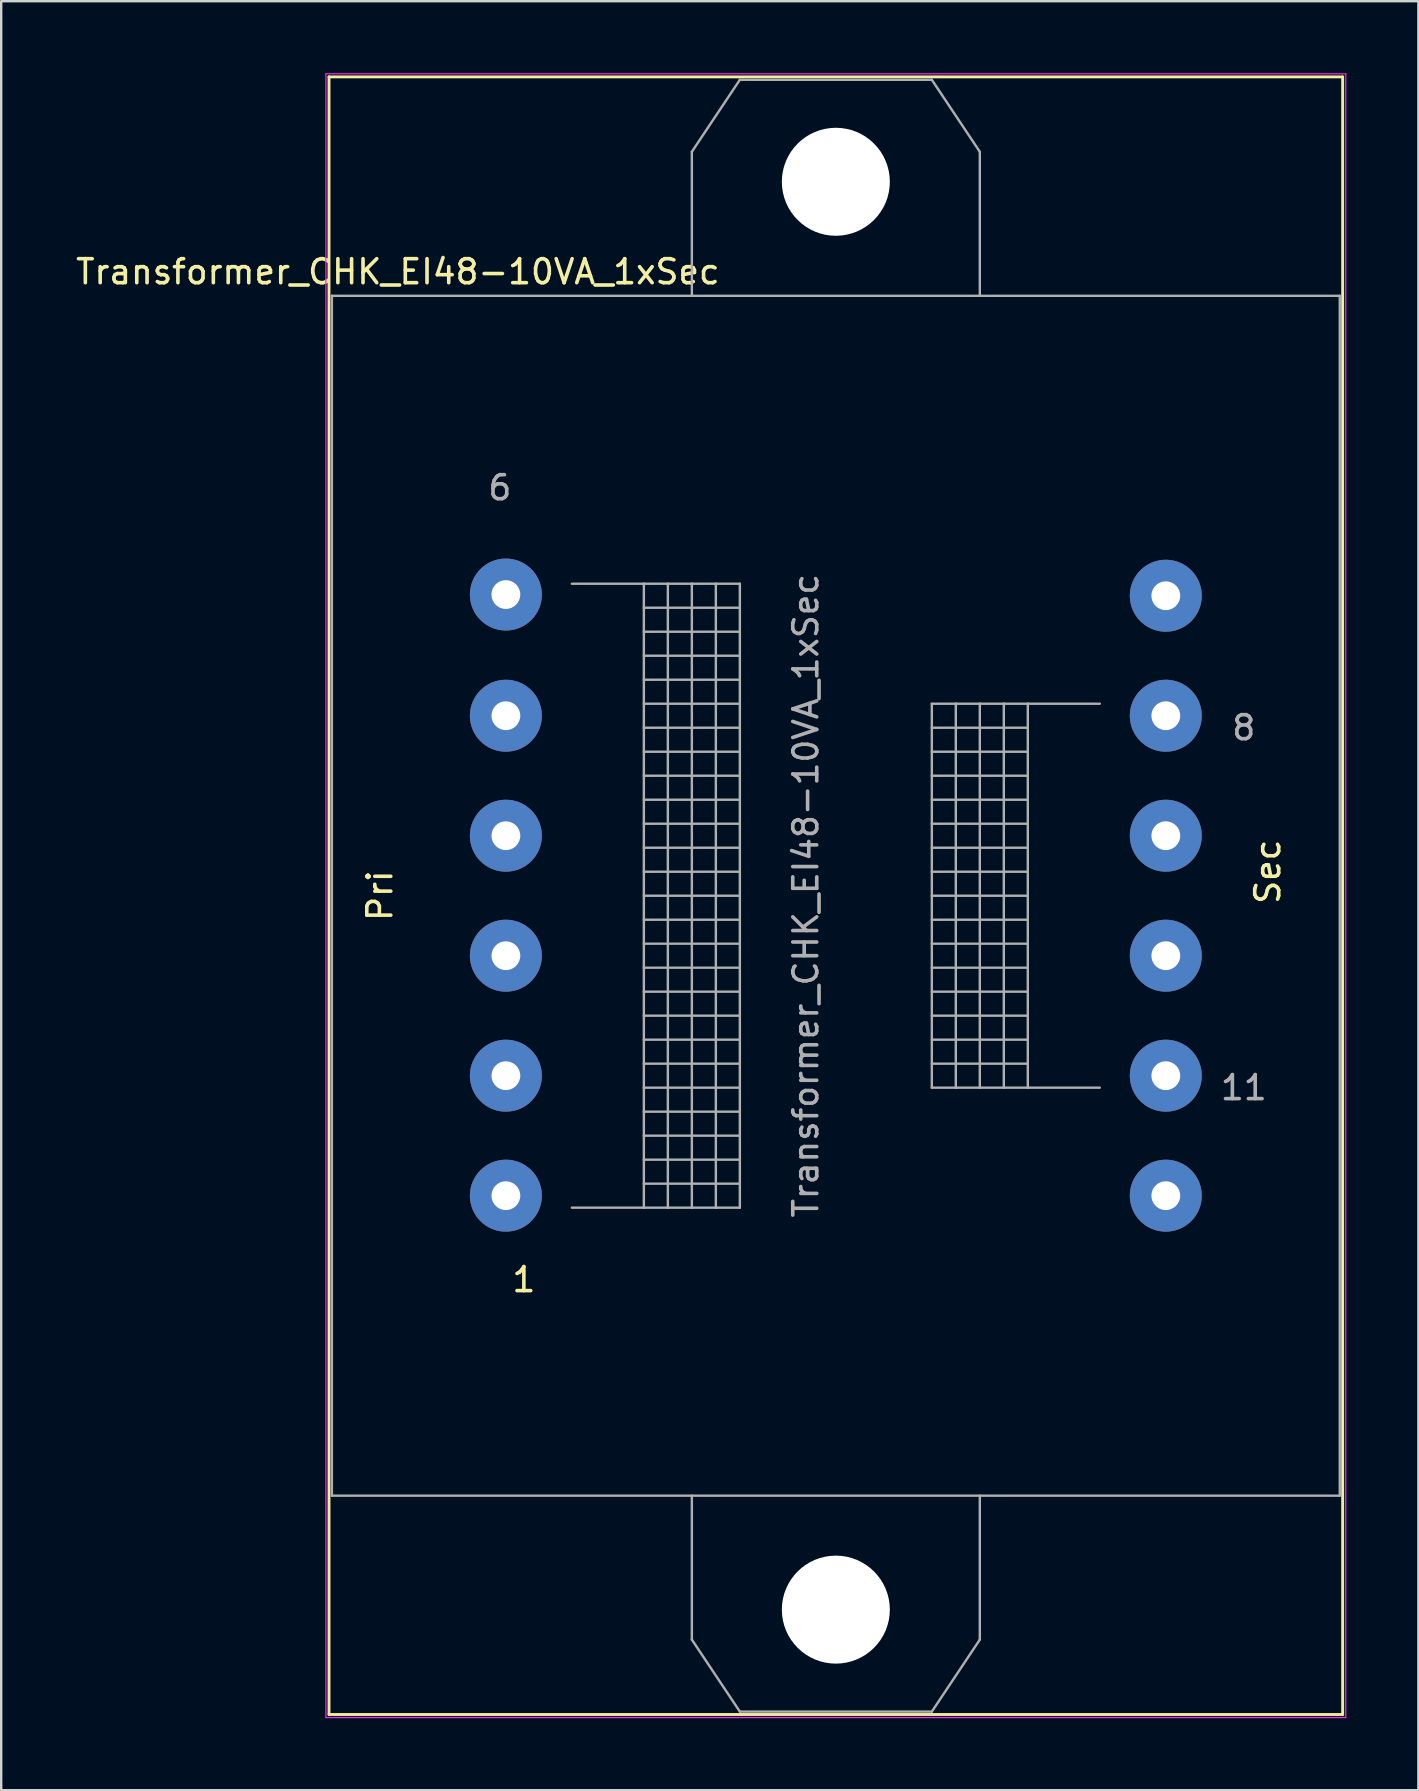
<source format=kicad_pcb>
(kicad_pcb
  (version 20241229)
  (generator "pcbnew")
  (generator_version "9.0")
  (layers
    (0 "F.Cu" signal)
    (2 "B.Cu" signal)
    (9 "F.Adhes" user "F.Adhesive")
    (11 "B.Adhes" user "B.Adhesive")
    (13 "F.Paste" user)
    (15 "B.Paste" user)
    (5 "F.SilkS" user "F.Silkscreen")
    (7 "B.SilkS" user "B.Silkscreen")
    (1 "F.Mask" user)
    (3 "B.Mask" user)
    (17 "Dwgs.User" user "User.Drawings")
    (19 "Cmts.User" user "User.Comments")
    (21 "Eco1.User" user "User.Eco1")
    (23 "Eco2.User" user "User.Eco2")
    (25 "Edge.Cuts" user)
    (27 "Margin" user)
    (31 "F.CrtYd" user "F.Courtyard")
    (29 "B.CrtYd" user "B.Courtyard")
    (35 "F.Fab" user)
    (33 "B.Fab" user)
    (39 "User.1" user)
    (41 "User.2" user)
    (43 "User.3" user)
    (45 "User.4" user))
  (footprint "Transformer_CHK_EI48-10VA_1xSec"
    (layer "F.Cu")
    (at 18.03 46.775)
    (property "Reference" "Transformer_CHK_EI48-10VA_1xSec" (at -4.5 -38.5 0) (layer "F.SilkS") (effects (font (size 1 1) (thickness 0.15))))
    (attr through_hole)
    (fp_line (start -7.37 -46.62) (end -7.37 21.62) (stroke (width 0.12) (type solid)) (layer "F.SilkS"))
    (fp_line (start -7.37 -46.62) (end 34.87 -46.62) (stroke (width 0.12) (type solid)) (layer "F.SilkS"))
    (fp_line (start 34.87 21.62) (end -7.37 21.62) (stroke (width 0.12) (type solid)) (layer "F.SilkS"))
    (fp_line (start 34.87 21.62) (end 34.87 -46.62) (stroke (width 0.12) (type solid)) (layer "F.SilkS"))
    (fp_line (start -7.5 -46.75) (end -7.5 21.75) (stroke (width 0.05) (type solid)) (layer "F.CrtYd"))
    (fp_line (start -7.5 -46.75) (end 35 -46.75) (stroke (width 0.05) (type solid)) (layer "F.CrtYd"))
    (fp_line (start 35 21.75) (end -7.5 21.75) (stroke (width 0.05) (type solid)) (layer "F.CrtYd"))
    (fp_line (start 35 21.75) (end 35 -46.75) (stroke (width 0.05) (type solid)) (layer "F.CrtYd"))
    (fp_line (start -7.25 -37.5) (end -7.25 12.5) (stroke (width 0.1) (type solid)) (layer "F.Fab"))
    (fp_line (start -7.25 12.5) (end 34.75 12.5) (stroke (width 0.1) (type solid)) (layer "F.Fab"))
    (fp_line (start 2.75 0.5) (end 5.75 0.5) (stroke (width 0.1) (type solid)) (layer "F.Fab"))
    (fp_line (start 5.75 -25.5) (end 2.75 -25.5) (stroke (width 0.1) (type solid)) (layer "F.Fab"))
    (fp_line (start 5.75 -25.5) (end 6.75 -25.5) (stroke (width 0.1) (type solid)) (layer "F.Fab"))
    (fp_line (start 5.75 -24.5) (end 9.75 -24.5) (stroke (width 0.1) (type solid)) (layer "F.Fab"))
    (fp_line (start 5.75 -23.5) (end 9.75 -23.5) (stroke (width 0.1) (type solid)) (layer "F.Fab"))
    (fp_line (start 5.75 -22.5) (end 9.75 -22.5) (stroke (width 0.1) (type solid)) (layer "F.Fab"))
    (fp_line (start 5.75 -21.5) (end 9.75 -21.5) (stroke (width 0.1) (type solid)) (layer "F.Fab"))
    (fp_line (start 5.75 -20.5) (end 9.75 -20.5) (stroke (width 0.1) (type solid)) (layer "F.Fab"))
    (fp_line (start 5.75 -19.5) (end 9.75 -19.5) (stroke (width 0.1) (type solid)) (layer "F.Fab"))
    (fp_line (start 5.75 -18.5) (end 9.75 -18.5) (stroke (width 0.1) (type solid)) (layer "F.Fab"))
    (fp_line (start 5.75 -17.5) (end 9.75 -17.5) (stroke (width 0.1) (type solid)) (layer "F.Fab"))
    (fp_line (start 5.75 -16.5) (end 9.75 -16.5) (stroke (width 0.1) (type solid)) (layer "F.Fab"))
    (fp_line (start 5.75 -15.5) (end 9.75 -15.5) (stroke (width 0.1) (type solid)) (layer "F.Fab"))
    (fp_line (start 5.75 -14.5) (end 9.75 -14.5) (stroke (width 0.1) (type solid)) (layer "F.Fab"))
    (fp_line (start 5.75 -13.5) (end 9.75 -13.5) (stroke (width 0.1) (type solid)) (layer "F.Fab"))
    (fp_line (start 5.75 -12.5) (end 9.75 -12.5) (stroke (width 0.1) (type solid)) (layer "F.Fab"))
    (fp_line (start 5.75 -11.5) (end 9.75 -11.5) (stroke (width 0.1) (type solid)) (layer "F.Fab"))
    (fp_line (start 5.75 -10.5) (end 9.75 -10.5) (stroke (width 0.1) (type solid)) (layer "F.Fab"))
    (fp_line (start 5.75 -9.5) (end 9.75 -9.5) (stroke (width 0.1) (type solid)) (layer "F.Fab"))
    (fp_line (start 5.75 -8.5) (end 9.75 -8.5) (stroke (width 0.1) (type solid)) (layer "F.Fab"))
    (fp_line (start 5.75 -7.5) (end 9.75 -7.5) (stroke (width 0.1) (type solid)) (layer "F.Fab"))
    (fp_line (start 5.75 -5.5) (end 9.75 -5.5) (stroke (width 0.1) (type solid)) (layer "F.Fab"))
    (fp_line (start 5.75 -4.5) (end 9.75 -4.5) (stroke (width 0.1) (type solid)) (layer "F.Fab"))
    (fp_line (start 5.75 -3.5) (end 9.75 -3.5) (stroke (width 0.1) (type solid)) (layer "F.Fab"))
    (fp_line (start 5.75 -2.5) (end 9.75 -2.5) (stroke (width 0.1) (type solid)) (layer "F.Fab"))
    (fp_line (start 5.75 -0.5) (end 9.75 -0.5) (stroke (width 0.1) (type solid)) (layer "F.Fab"))
    (fp_line (start 5.75 0.5) (end 5.75 -25.5) (stroke (width 0.1) (type solid)) (layer "F.Fab"))
    (fp_line (start 6.75 -25.5) (end 6.75 0.5) (stroke (width 0.1) (type solid)) (layer "F.Fab"))
    (fp_line (start 6.75 -25.5) (end 7.75 -25.5) (stroke (width 0.1) (type solid)) (layer "F.Fab"))
    (fp_line (start 6.75 -6.5) (end 5.75 -6.5) (stroke (width 0.1) (type solid)) (layer "F.Fab"))
    (fp_line (start 6.75 -6.5) (end 9.75 -6.5) (stroke (width 0.1) (type solid)) (layer "F.Fab"))
    (fp_line (start 6.75 -1.5) (end 5.75 -1.5) (stroke (width 0.1) (type solid)) (layer "F.Fab"))
    (fp_line (start 6.75 -1.5) (end 9.75 -1.5) (stroke (width 0.1) (type solid)) (layer "F.Fab"))
    (fp_line (start 6.75 0.5) (end 5.75 0.5) (stroke (width 0.1) (type solid)) (layer "F.Fab"))
    (fp_line (start 7.75 -43.5) (end 7.75 -37.5) (stroke (width 0.1) (type solid)) (layer "F.Fab"))
    (fp_line (start 7.75 -25.5) (end 7.75 0.5) (stroke (width 0.1) (type solid)) (layer "F.Fab"))
    (fp_line (start 7.75 -25.5) (end 8.75 -25.5) (stroke (width 0.1) (type solid)) (layer "F.Fab"))
    (fp_line (start 7.75 0.5) (end 6.75 0.5) (stroke (width 0.1) (type solid)) (layer "F.Fab"))
    (fp_line (start 7.75 18.5) (end 7.75 12.5) (stroke (width 0.1) (type solid)) (layer "F.Fab"))
    (fp_line (start 8.75 -25.5) (end 8.75 0.5) (stroke (width 0.1) (type solid)) (layer "F.Fab"))
    (fp_line (start 8.75 -25.5) (end 9.75 -25.5) (stroke (width 0.1) (type solid)) (layer "F.Fab"))
    (fp_line (start 8.75 0.5) (end 7.75 0.5) (stroke (width 0.1) (type solid)) (layer "F.Fab"))
    (fp_line (start 9.75 -46.5) (end 7.75 -43.5) (stroke (width 0.1) (type solid)) (layer "F.Fab"))
    (fp_line (start 9.75 -25.5) (end 9.75 0.5) (stroke (width 0.1) (type solid)) (layer "F.Fab"))
    (fp_line (start 9.75 0.5) (end 8.75 0.5) (stroke (width 0.1) (type solid)) (layer "F.Fab"))
    (fp_line (start 9.75 21.5) (end 7.75 18.5) (stroke (width 0.1) (type solid)) (layer "F.Fab"))
    (fp_line (start 17.75 -46.5) (end 9.75 -46.5) (stroke (width 0.1) (type solid)) (layer "F.Fab"))
    (fp_line (start 17.75 -20.5) (end 17.75 -4.5) (stroke (width 0.1) (type solid)) (layer "F.Fab"))
    (fp_line (start 17.75 -19.5) (end 21.75 -19.5) (stroke (width 0.1) (type solid)) (layer "F.Fab"))
    (fp_line (start 17.75 -18.5) (end 21.75 -18.5) (stroke (width 0.1) (type solid)) (layer "F.Fab"))
    (fp_line (start 17.75 -17.5) (end 21.75 -17.5) (stroke (width 0.1) (type solid)) (layer "F.Fab"))
    (fp_line (start 17.75 -16.5) (end 21.75 -16.5) (stroke (width 0.1) (type solid)) (layer "F.Fab"))
    (fp_line (start 17.75 -15.5) (end 21.75 -15.5) (stroke (width 0.1) (type solid)) (layer "F.Fab"))
    (fp_line (start 17.75 -13.5) (end 21.75 -13.5) (stroke (width 0.1) (type solid)) (layer "F.Fab"))
    (fp_line (start 17.75 -12.5) (end 21.75 -12.5) (stroke (width 0.1) (type solid)) (layer "F.Fab"))
    (fp_line (start 17.75 -11.5) (end 21.75 -11.5) (stroke (width 0.1) (type solid)) (layer "F.Fab"))
    (fp_line (start 17.75 -10.5) (end 21.75 -10.5) (stroke (width 0.1) (type solid)) (layer "F.Fab"))
    (fp_line (start 17.75 -9.5) (end 21.75 -9.5) (stroke (width 0.1) (type solid)) (layer "F.Fab"))
    (fp_line (start 17.75 -8.5) (end 21.75 -8.5) (stroke (width 0.1) (type solid)) (layer "F.Fab"))
    (fp_line (start 17.75 -7.5) (end 21.75 -7.5) (stroke (width 0.1) (type solid)) (layer "F.Fab"))
    (fp_line (start 17.75 -6.5) (end 21.75 -6.5) (stroke (width 0.1) (type solid)) (layer "F.Fab"))
    (fp_line (start 17.75 -5.5) (end 21.75 -5.5) (stroke (width 0.1) (type solid)) (layer "F.Fab"))
    (fp_line (start 17.75 -4.5) (end 18.75 -4.5) (stroke (width 0.1) (type solid)) (layer "F.Fab"))
    (fp_line (start 17.75 21.5) (end 9.75 21.5) (stroke (width 0.1) (type solid)) (layer "F.Fab"))
    (fp_line (start 18.75 -20.5) (end 17.75 -20.5) (stroke (width 0.1) (type solid)) (layer "F.Fab"))
    (fp_line (start 18.75 -20.5) (end 18.75 -4.5) (stroke (width 0.1) (type solid)) (layer "F.Fab"))
    (fp_line (start 18.75 -14.5) (end 17.75 -14.5) (stroke (width 0.1) (type solid)) (layer "F.Fab"))
    (fp_line (start 18.75 -14.5) (end 21.75 -14.5) (stroke (width 0.1) (type solid)) (layer "F.Fab"))
    (fp_line (start 18.75 -4.5) (end 19.75 -4.5) (stroke (width 0.1) (type solid)) (layer "F.Fab"))
    (fp_line (start 19.75 -43.5) (end 17.75 -46.5) (stroke (width 0.1) (type solid)) (layer "F.Fab"))
    (fp_line (start 19.75 -37.5) (end 19.75 -43.5) (stroke (width 0.1) (type solid)) (layer "F.Fab"))
    (fp_line (start 19.75 -20.5) (end 18.75 -20.5) (stroke (width 0.1) (type solid)) (layer "F.Fab"))
    (fp_line (start 19.75 -20.5) (end 19.75 -4.5) (stroke (width 0.1) (type solid)) (layer "F.Fab"))
    (fp_line (start 19.75 12.5) (end 19.75 18.5) (stroke (width 0.1) (type solid)) (layer "F.Fab"))
    (fp_line (start 19.75 18.5) (end 17.75 21.5) (stroke (width 0.1) (type solid)) (layer "F.Fab"))
    (fp_line (start 20.75 -20.5) (end 19.75 -20.5) (stroke (width 0.1) (type solid)) (layer "F.Fab"))
    (fp_line (start 20.75 -20.5) (end 20.75 -4.5) (stroke (width 0.1) (type solid)) (layer "F.Fab"))
    (fp_line (start 20.75 -4.5) (end 19.75 -4.5) (stroke (width 0.1) (type solid)) (layer "F.Fab"))
    (fp_line (start 20.75 -4.5) (end 21.75 -4.5) (stroke (width 0.1) (type solid)) (layer "F.Fab"))
    (fp_line (start 21.75 -20.5) (end 20.75 -20.5) (stroke (width 0.1) (type solid)) (layer "F.Fab"))
    (fp_line (start 21.75 -20.5) (end 21.75 -4.5) (stroke (width 0.1) (type solid)) (layer "F.Fab"))
    (fp_line (start 21.75 -4.5) (end 24.75 -4.5) (stroke (width 0.1) (type solid)) (layer "F.Fab"))
    (fp_line (start 24.75 -20.5) (end 21.75 -20.5) (stroke (width 0.1) (type solid)) (layer "F.Fab"))
    (fp_line (start 34.75 -37.5) (end -7.25 -37.5) (stroke (width 0.1) (type solid)) (layer "F.Fab"))
    (fp_line (start 34.75 12.5) (end 34.75 -37.5) (stroke (width 0.1) (type solid)) (layer "F.Fab"))
    (fp_text user "Sec" (at 31.75 -13.5 90) (layer "F.SilkS") (effects (font (size 1 1) (thickness 0.15))))
    (fp_text user "1" (at 0.75 3.5 0) (layer "F.SilkS") (effects (font (size 1 1) (thickness 0.15))))
    (fp_text user "Pri" (at -5.25 -12.5 90) (layer "F.SilkS") (effects (font (size 1 1) (thickness 0.15))))
    (fp_text user "8" (at 30.75 -19.5 0) (layer "F.Fab") (effects (font (size 1 1) (thickness 0.15))))
    (fp_text user "${REFERENCE}" (at 12.5 -12.5 90) (layer "F.Fab") (effects (font (size 1 1) (thickness 0.15))))
    (fp_text user "11" (at 30.75 -4.5 0) (layer "F.Fab") (effects (font (size 1 1) (thickness 0.15))))
    (fp_text user "6" (at -0.25 -29.5 0) (layer "F.Fab") (effects (font (size 1 1) (thickness 0.15))))
    (pad "" np_thru_hole circle (at 13.75 -42.25) (size 4.5 4.5) (drill 4.5) (layers "*.Cu" "*.Mask"))
    (pad "" np_thru_hole circle (at 13.75 17.25) (size 4.5 4.5) (drill 4.5) (layers "*.Cu" "*.Mask"))
    (pad "1" thru_hole circle (at 0 0) (size 3 3) (drill 1.2) (layers "*.Cu" "*.Mask"))
    (pad "2" thru_hole circle (at 0 -5) (size 3 3) (drill 1.2) (layers "*.Cu" "*.Mask"))
    (pad "3" thru_hole circle (at 0 -10) (size 3 3) (drill 1.2) (layers "*.Cu" "*.Mask"))
    (pad "4" thru_hole circle (at 0 -15) (size 3 3) (drill 1.2) (layers "*.Cu" "*.Mask"))
    (pad "5" thru_hole circle (at 0 -20) (size 3 3) (drill 1.2) (layers "*.Cu" "*.Mask"))
    (pad "6" thru_hole circle (at 0 -25.05) (size 3 3) (drill 1.2) (layers "*.Cu" "*.Mask"))
    (pad "7" thru_hole circle (at 27.5 -25) (size 3 3) (drill 1.2) (layers "*.Cu" "*.Mask"))
    (pad "8" thru_hole circle (at 27.5 -20) (size 3 3) (drill 1.2) (layers "*.Cu" "*.Mask"))
    (pad "9" thru_hole circle (at 27.5 -15) (size 3 3) (drill 1.2) (layers "*.Cu" "*.Mask"))
    (pad "10" thru_hole circle (at 27.5 -10) (size 3 3) (drill 1.2) (layers "*.Cu" "*.Mask"))
    (pad "11" thru_hole circle (at 27.5 -5) (size 3 3) (drill 1.2) (layers "*.Cu" "*.Mask"))
    (pad "12" thru_hole circle (at 27.5 0) (size 3 3) (drill 1.2) (layers "*.Cu" "*.Mask")))
  (gr_rect
    (start -3 -3)
    (end 56.055 71.55)
    (stroke (width 0.1) (type default))
    (fill no)
    (layer "Edge.Cuts")))
</source>
